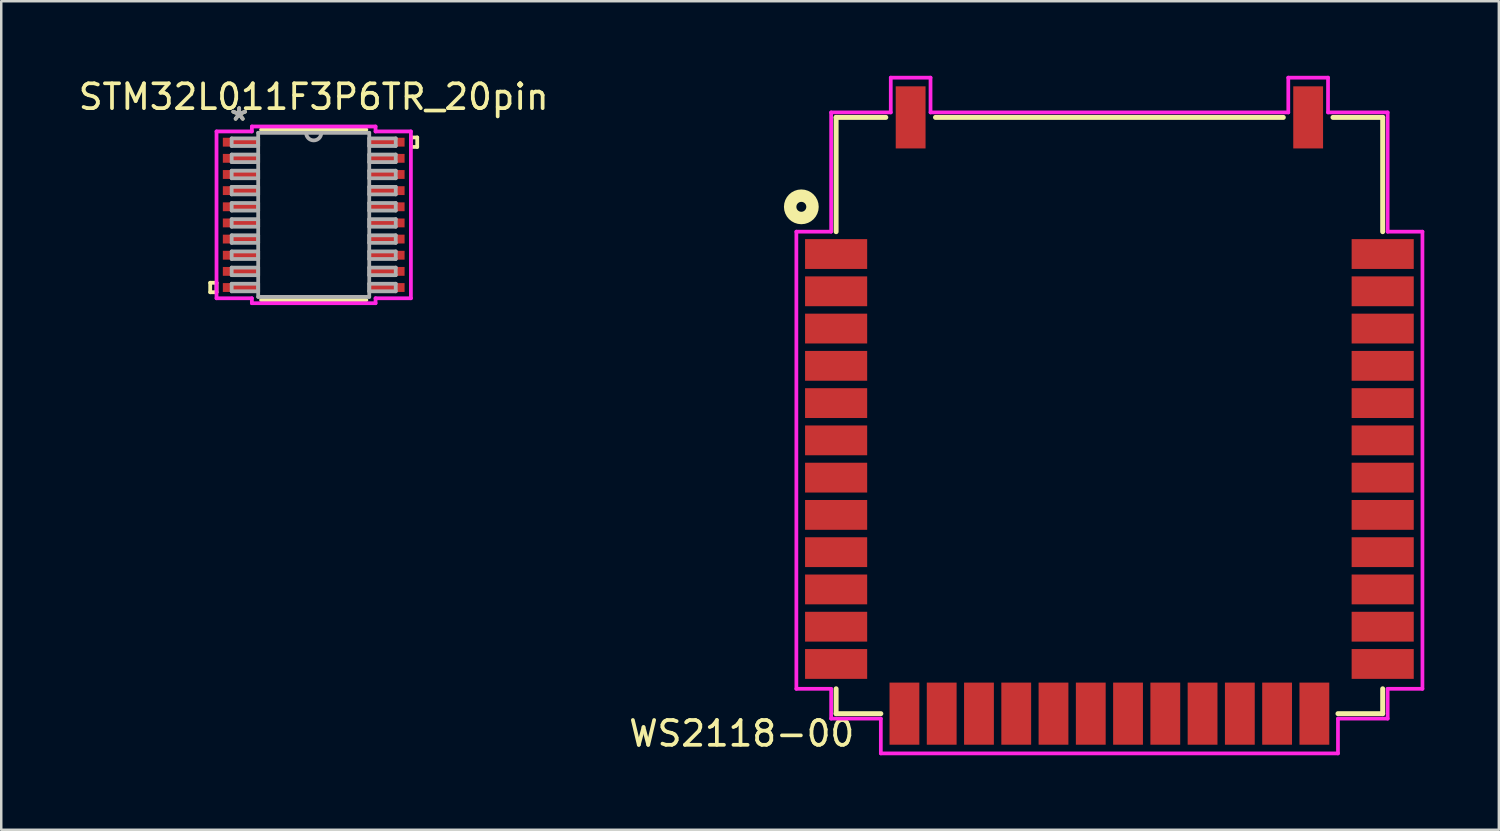
<source format=kicad_pcb>
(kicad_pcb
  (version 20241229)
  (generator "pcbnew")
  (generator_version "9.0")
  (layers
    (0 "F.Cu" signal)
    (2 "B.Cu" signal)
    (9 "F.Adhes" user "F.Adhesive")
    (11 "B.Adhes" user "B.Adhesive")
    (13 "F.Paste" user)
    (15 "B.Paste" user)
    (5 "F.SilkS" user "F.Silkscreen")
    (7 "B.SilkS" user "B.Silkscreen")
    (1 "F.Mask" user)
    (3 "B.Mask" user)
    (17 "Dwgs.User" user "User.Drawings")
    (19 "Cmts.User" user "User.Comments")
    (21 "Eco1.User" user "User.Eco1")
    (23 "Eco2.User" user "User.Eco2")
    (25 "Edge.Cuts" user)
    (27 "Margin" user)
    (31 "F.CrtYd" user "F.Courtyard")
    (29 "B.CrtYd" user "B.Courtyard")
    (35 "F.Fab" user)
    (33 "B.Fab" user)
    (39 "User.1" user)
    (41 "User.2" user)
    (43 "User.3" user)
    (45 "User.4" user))
  (footprint "STM32L011F3P6TR_20pin"
    (layer "F.Cu")
    (at 9.577 5.598)
    (property "Reference" "STM32L011F3P6TR_20pin" (at 0 -4.75 0) (layer "F.SilkS") (effects (font (size 1 1) (thickness 0.15))))
    (attr through_hole)
    (fp_line (start -4.166 2.734) (end -4.166 3.115) (stroke (width 0.152) (type solid)) (layer "F.SilkS"))
    (fp_line (start -4.166 3.115) (end -3.912 3.115) (stroke (width 0.152) (type solid)) (layer "F.SilkS"))
    (fp_line (start -3.912 2.734) (end -4.166 2.734) (stroke (width 0.152) (type solid)) (layer "F.SilkS"))
    (fp_line (start -3.912 3.115) (end -3.912 2.734) (stroke (width 0.152) (type solid)) (layer "F.SilkS"))
    (fp_line (start -2.119 3.429) (end 2.119 3.429) (stroke (width 0.152) (type solid)) (layer "F.SilkS"))
    (fp_line (start 2.119 -3.429) (end -2.119 -3.429) (stroke (width 0.152) (type solid)) (layer "F.SilkS"))
    (fp_line (start 3.912 -3.115) (end 4.166 -3.115) (stroke (width 0.152) (type solid)) (layer "F.SilkS"))
    (fp_line (start 3.912 -2.734) (end 3.912 -3.115) (stroke (width 0.152) (type solid)) (layer "F.SilkS"))
    (fp_line (start 4.166 -3.115) (end 4.166 -2.734) (stroke (width 0.152) (type solid)) (layer "F.SilkS"))
    (fp_line (start 4.166 -2.734) (end 3.912 -2.734) (stroke (width 0.152) (type solid)) (layer "F.SilkS"))
    (fp_line (start -3.912 -3.357) (end -2.489 -3.357) (stroke (width 0.152) (type solid)) (layer "F.CrtYd"))
    (fp_line (start -3.912 3.357) (end -3.912 -3.357) (stroke (width 0.152) (type solid)) (layer "F.CrtYd"))
    (fp_line (start -2.489 -3.556) (end 2.489 -3.556) (stroke (width 0.152) (type solid)) (layer "F.CrtYd"))
    (fp_line (start -2.489 -3.357) (end -2.489 -3.556) (stroke (width 0.152) (type solid)) (layer "F.CrtYd"))
    (fp_line (start -2.489 3.357) (end -3.912 3.357) (stroke (width 0.152) (type solid)) (layer "F.CrtYd"))
    (fp_line (start -2.489 3.556) (end -2.489 3.357) (stroke (width 0.152) (type solid)) (layer "F.CrtYd"))
    (fp_line (start 2.489 -3.556) (end 2.489 -3.357) (stroke (width 0.152) (type solid)) (layer "F.CrtYd"))
    (fp_line (start 2.489 -3.357) (end 3.912 -3.357) (stroke (width 0.152) (type solid)) (layer "F.CrtYd"))
    (fp_line (start 2.489 3.357) (end 2.489 3.556) (stroke (width 0.152) (type solid)) (layer "F.CrtYd"))
    (fp_line (start 2.489 3.556) (end -2.489 3.556) (stroke (width 0.152) (type solid)) (layer "F.CrtYd"))
    (fp_line (start 3.912 -3.357) (end 3.912 3.357) (stroke (width 0.152) (type solid)) (layer "F.CrtYd"))
    (fp_line (start 3.912 3.357) (end 2.489 3.357) (stroke (width 0.152) (type solid)) (layer "F.CrtYd"))
    (fp_line (start -3.302 -3.077) (end -3.302 -2.773) (stroke (width 0.152) (type solid)) (layer "F.Fab"))
    (fp_line (start -3.302 -2.773) (end -2.235 -2.773) (stroke (width 0.152) (type solid)) (layer "F.Fab"))
    (fp_line (start -3.302 -2.427) (end -3.302 -2.123) (stroke (width 0.152) (type solid)) (layer "F.Fab"))
    (fp_line (start -3.302 -2.123) (end -2.235 -2.123) (stroke (width 0.152) (type solid)) (layer "F.Fab"))
    (fp_line (start -3.302 -1.777) (end -3.302 -1.473) (stroke (width 0.152) (type solid)) (layer "F.Fab"))
    (fp_line (start -3.302 -1.473) (end -2.235 -1.473) (stroke (width 0.152) (type solid)) (layer "F.Fab"))
    (fp_line (start -3.302 -1.127) (end -3.302 -0.823) (stroke (width 0.152) (type solid)) (layer "F.Fab"))
    (fp_line (start -3.302 -0.823) (end -2.235 -0.823) (stroke (width 0.152) (type solid)) (layer "F.Fab"))
    (fp_line (start -3.302 -0.477) (end -3.302 -0.173) (stroke (width 0.152) (type solid)) (layer "F.Fab"))
    (fp_line (start -3.302 -0.173) (end -2.235 -0.173) (stroke (width 0.152) (type solid)) (layer "F.Fab"))
    (fp_line (start -3.302 0.173) (end -3.302 0.477) (stroke (width 0.152) (type solid)) (layer "F.Fab"))
    (fp_line (start -3.302 0.477) (end -2.235 0.477) (stroke (width 0.152) (type solid)) (layer "F.Fab"))
    (fp_line (start -3.302 0.823) (end -3.302 1.127) (stroke (width 0.152) (type solid)) (layer "F.Fab"))
    (fp_line (start -3.302 1.127) (end -2.235 1.127) (stroke (width 0.152) (type solid)) (layer "F.Fab"))
    (fp_line (start -3.302 1.473) (end -3.302 1.777) (stroke (width 0.152) (type solid)) (layer "F.Fab"))
    (fp_line (start -3.302 1.777) (end -2.235 1.777) (stroke (width 0.152) (type solid)) (layer "F.Fab"))
    (fp_line (start -3.302 2.123) (end -3.302 2.427) (stroke (width 0.152) (type solid)) (layer "F.Fab"))
    (fp_line (start -3.302 2.427) (end -2.235 2.427) (stroke (width 0.152) (type solid)) (layer "F.Fab"))
    (fp_line (start -3.302 2.773) (end -3.302 3.077) (stroke (width 0.152) (type solid)) (layer "F.Fab"))
    (fp_line (start -3.302 3.077) (end -2.235 3.077) (stroke (width 0.152) (type solid)) (layer "F.Fab"))
    (fp_line (start -2.235 -3.302) (end -2.235 3.302) (stroke (width 0.152) (type solid)) (layer "F.Fab"))
    (fp_line (start -2.235 -3.077) (end -3.302 -3.077) (stroke (width 0.152) (type solid)) (layer "F.Fab"))
    (fp_line (start -2.235 -2.773) (end -2.235 -3.077) (stroke (width 0.152) (type solid)) (layer "F.Fab"))
    (fp_line (start -2.235 -2.427) (end -3.302 -2.427) (stroke (width 0.152) (type solid)) (layer "F.Fab"))
    (fp_line (start -2.235 -2.123) (end -2.235 -2.427) (stroke (width 0.152) (type solid)) (layer "F.Fab"))
    (fp_line (start -2.235 -1.777) (end -3.302 -1.777) (stroke (width 0.152) (type solid)) (layer "F.Fab"))
    (fp_line (start -2.235 -1.473) (end -2.235 -1.777) (stroke (width 0.152) (type solid)) (layer "F.Fab"))
    (fp_line (start -2.235 -1.127) (end -3.302 -1.127) (stroke (width 0.152) (type solid)) (layer "F.Fab"))
    (fp_line (start -2.235 -0.823) (end -2.235 -1.127) (stroke (width 0.152) (type solid)) (layer "F.Fab"))
    (fp_line (start -2.235 -0.477) (end -3.302 -0.477) (stroke (width 0.152) (type solid)) (layer "F.Fab"))
    (fp_line (start -2.235 -0.173) (end -2.235 -0.477) (stroke (width 0.152) (type solid)) (layer "F.Fab"))
    (fp_line (start -2.235 0.173) (end -3.302 0.173) (stroke (width 0.152) (type solid)) (layer "F.Fab"))
    (fp_line (start -2.235 0.477) (end -2.235 0.173) (stroke (width 0.152) (type solid)) (layer "F.Fab"))
    (fp_line (start -2.235 0.823) (end -3.302 0.823) (stroke (width 0.152) (type solid)) (layer "F.Fab"))
    (fp_line (start -2.235 1.127) (end -2.235 0.823) (stroke (width 0.152) (type solid)) (layer "F.Fab"))
    (fp_line (start -2.235 1.473) (end -3.302 1.473) (stroke (width 0.152) (type solid)) (layer "F.Fab"))
    (fp_line (start -2.235 1.777) (end -2.235 1.473) (stroke (width 0.152) (type solid)) (layer "F.Fab"))
    (fp_line (start -2.235 2.123) (end -3.302 2.123) (stroke (width 0.152) (type solid)) (layer "F.Fab"))
    (fp_line (start -2.235 2.427) (end -2.235 2.123) (stroke (width 0.152) (type solid)) (layer "F.Fab"))
    (fp_line (start -2.235 2.773) (end -3.302 2.773) (stroke (width 0.152) (type solid)) (layer "F.Fab"))
    (fp_line (start -2.235 3.077) (end -2.235 2.773) (stroke (width 0.152) (type solid)) (layer "F.Fab"))
    (fp_line (start -2.235 3.302) (end 2.235 3.302) (stroke (width 0.152) (type solid)) (layer "F.Fab"))
    (fp_line (start 2.235 -3.302) (end -2.235 -3.302) (stroke (width 0.152) (type solid)) (layer "F.Fab"))
    (fp_line (start 2.235 -3.077) (end 2.235 -2.773) (stroke (width 0.152) (type solid)) (layer "F.Fab"))
    (fp_line (start 2.235 -2.773) (end 3.302 -2.773) (stroke (width 0.152) (type solid)) (layer "F.Fab"))
    (fp_line (start 2.235 -2.427) (end 2.235 -2.123) (stroke (width 0.152) (type solid)) (layer "F.Fab"))
    (fp_line (start 2.235 -2.123) (end 3.302 -2.123) (stroke (width 0.152) (type solid)) (layer "F.Fab"))
    (fp_line (start 2.235 -1.777) (end 2.235 -1.473) (stroke (width 0.152) (type solid)) (layer "F.Fab"))
    (fp_line (start 2.235 -1.473) (end 3.302 -1.473) (stroke (width 0.152) (type solid)) (layer "F.Fab"))
    (fp_line (start 2.235 -1.127) (end 2.235 -0.823) (stroke (width 0.152) (type solid)) (layer "F.Fab"))
    (fp_line (start 2.235 -0.823) (end 3.302 -0.823) (stroke (width 0.152) (type solid)) (layer "F.Fab"))
    (fp_line (start 2.235 -0.477) (end 2.235 -0.173) (stroke (width 0.152) (type solid)) (layer "F.Fab"))
    (fp_line (start 2.235 -0.173) (end 3.302 -0.173) (stroke (width 0.152) (type solid)) (layer "F.Fab"))
    (fp_line (start 2.235 0.173) (end 2.235 0.477) (stroke (width 0.152) (type solid)) (layer "F.Fab"))
    (fp_line (start 2.235 0.477) (end 3.302 0.477) (stroke (width 0.152) (type solid)) (layer "F.Fab"))
    (fp_line (start 2.235 0.823) (end 2.235 1.127) (stroke (width 0.152) (type solid)) (layer "F.Fab"))
    (fp_line (start 2.235 1.127) (end 3.302 1.127) (stroke (width 0.152) (type solid)) (layer "F.Fab"))
    (fp_line (start 2.235 1.473) (end 2.235 1.777) (stroke (width 0.152) (type solid)) (layer "F.Fab"))
    (fp_line (start 2.235 1.777) (end 3.302 1.777) (stroke (width 0.152) (type solid)) (layer "F.Fab"))
    (fp_line (start 2.235 2.123) (end 2.235 2.427) (stroke (width 0.152) (type solid)) (layer "F.Fab"))
    (fp_line (start 2.235 2.427) (end 3.302 2.427) (stroke (width 0.152) (type solid)) (layer "F.Fab"))
    (fp_line (start 2.235 2.773) (end 2.235 3.077) (stroke (width 0.152) (type solid)) (layer "F.Fab"))
    (fp_line (start 2.235 3.077) (end 3.302 3.077) (stroke (width 0.152) (type solid)) (layer "F.Fab"))
    (fp_line (start 2.235 3.302) (end 2.235 -3.302) (stroke (width 0.152) (type solid)) (layer "F.Fab"))
    (fp_line (start 3.302 -3.077) (end 2.235 -3.077) (stroke (width 0.152) (type solid)) (layer "F.Fab"))
    (fp_line (start 3.302 -2.773) (end 3.302 -3.077) (stroke (width 0.152) (type solid)) (layer "F.Fab"))
    (fp_line (start 3.302 -2.427) (end 2.235 -2.427) (stroke (width 0.152) (type solid)) (layer "F.Fab"))
    (fp_line (start 3.302 -2.123) (end 3.302 -2.427) (stroke (width 0.152) (type solid)) (layer "F.Fab"))
    (fp_line (start 3.302 -1.777) (end 2.235 -1.777) (stroke (width 0.152) (type solid)) (layer "F.Fab"))
    (fp_line (start 3.302 -1.473) (end 3.302 -1.777) (stroke (width 0.152) (type solid)) (layer "F.Fab"))
    (fp_line (start 3.302 -1.127) (end 2.235 -1.127) (stroke (width 0.152) (type solid)) (layer "F.Fab"))
    (fp_line (start 3.302 -0.823) (end 3.302 -1.127) (stroke (width 0.152) (type solid)) (layer "F.Fab"))
    (fp_line (start 3.302 -0.477) (end 2.235 -0.477) (stroke (width 0.152) (type solid)) (layer "F.Fab"))
    (fp_line (start 3.302 -0.173) (end 3.302 -0.477) (stroke (width 0.152) (type solid)) (layer "F.Fab"))
    (fp_line (start 3.302 0.173) (end 2.235 0.173) (stroke (width 0.152) (type solid)) (layer "F.Fab"))
    (fp_line (start 3.302 0.477) (end 3.302 0.173) (stroke (width 0.152) (type solid)) (layer "F.Fab"))
    (fp_line (start 3.302 0.823) (end 2.235 0.823) (stroke (width 0.152) (type solid)) (layer "F.Fab"))
    (fp_line (start 3.302 1.127) (end 3.302 0.823) (stroke (width 0.152) (type solid)) (layer "F.Fab"))
    (fp_line (start 3.302 1.473) (end 2.235 1.473) (stroke (width 0.152) (type solid)) (layer "F.Fab"))
    (fp_line (start 3.302 1.777) (end 3.302 1.473) (stroke (width 0.152) (type solid)) (layer "F.Fab"))
    (fp_line (start 3.302 2.123) (end 2.235 2.123) (stroke (width 0.152) (type solid)) (layer "F.Fab"))
    (fp_line (start 3.302 2.427) (end 3.302 2.123) (stroke (width 0.152) (type solid)) (layer "F.Fab"))
    (fp_line (start 3.302 2.773) (end 2.235 2.773) (stroke (width 0.152) (type solid)) (layer "F.Fab"))
    (fp_line (start 3.302 3.077) (end 3.302 2.773) (stroke (width 0.152) (type solid)) (layer "F.Fab"))
    (fp_arc (start 0.3048 -3.302) (mid 0 -2.9972) (end -0.3048 -3.302) (stroke (width 0.1524) (type solid)) (layer "F.Fab"))
    (fp_text user "*" (at -3 -3.75 0) (layer "F.SilkS") (effects (font (size 1 1) (thickness 0.15))))
    (fp_text user "Copyright 2016 Accelerated Designs. All rights reserved." (at 0 0 0) (layer "Cmts.User") (effects (font (size 0.127 0.127) (thickness 0.002))))
    (fp_text user "*" (at -3 -3.75 0) (layer "F.Fab") (effects (font (size 1 1) (thickness 0.15))))
    (pad "1" smd rect (at -2.921 -2.925) (size 1.473 0.356) (layers "F.Cu" "F.Mask" "F.Paste"))
    (pad "2" smd rect (at -2.921 -2.275) (size 1.473 0.356) (layers "F.Cu" "F.Mask" "F.Paste"))
    (pad "3" smd rect (at -2.921 -1.625) (size 1.473 0.356) (layers "F.Cu" "F.Mask" "F.Paste"))
    (pad "4" smd rect (at -2.921 -0.975) (size 1.473 0.356) (layers "F.Cu" "F.Mask" "F.Paste"))
    (pad "5" smd rect (at -2.921 -0.325) (size 1.473 0.356) (layers "F.Cu" "F.Mask" "F.Paste"))
    (pad "6" smd rect (at -2.921 0.325) (size 1.473 0.356) (layers "F.Cu" "F.Mask" "F.Paste"))
    (pad "7" smd rect (at -2.921 0.975) (size 1.473 0.356) (layers "F.Cu" "F.Mask" "F.Paste"))
    (pad "8" smd rect (at -2.921 1.625) (size 1.473 0.356) (layers "F.Cu" "F.Mask" "F.Paste"))
    (pad "9" smd rect (at -2.921 2.275) (size 1.473 0.356) (layers "F.Cu" "F.Mask" "F.Paste"))
    (pad "10" smd rect (at -2.921 2.925) (size 1.473 0.356) (layers "F.Cu" "F.Mask" "F.Paste"))
    (pad "11" smd rect (at 2.921 2.925) (size 1.473 0.356) (layers "F.Cu" "F.Mask" "F.Paste"))
    (pad "12" smd rect (at 2.921 2.275) (size 1.473 0.356) (layers "F.Cu" "F.Mask" "F.Paste"))
    (pad "13" smd rect (at 2.921 1.625) (size 1.473 0.356) (layers "F.Cu" "F.Mask" "F.Paste"))
    (pad "14" smd rect (at 2.921 0.975) (size 1.473 0.356) (layers "F.Cu" "F.Mask" "F.Paste"))
    (pad "15" smd rect (at 2.921 0.325) (size 1.473 0.356) (layers "F.Cu" "F.Mask" "F.Paste"))
    (pad "16" smd rect (at 2.921 -0.325) (size 1.473 0.356) (layers "F.Cu" "F.Mask" "F.Paste"))
    (pad "17" smd rect (at 2.921 -0.975) (size 1.473 0.356) (layers "F.Cu" "F.Mask" "F.Paste"))
    (pad "18" smd rect (at 2.921 -1.625) (size 1.473 0.356) (layers "F.Cu" "F.Mask" "F.Paste"))
    (pad "19" smd rect (at 2.921 -2.275) (size 1.473 0.356) (layers "F.Cu" "F.Mask" "F.Paste"))
    (pad "20" smd rect (at 2.921 -2.925) (size 1.473 0.356) (layers "F.Cu" "F.Mask" "F.Paste")))
  (footprint "WS2118-00"
    (layer "F.Cu")
    (at 30.604 25.675)
    (property "Reference" "WS2118-00" (at -3.8 0.8 0) (layer "F.SilkS") (effects (font (size 1 1) (thickness 0.15))))
    (attr through_hole)
    (fp_line (start 0 -24) (end 0 -19.4) (stroke (width 0.2) (type solid)) (layer "F.SilkS"))
    (fp_line (start 0 -1) (end 0 0) (stroke (width 0.2) (type solid)) (layer "F.SilkS"))
    (fp_line (start 0 0) (end 1.8 0) (stroke (width 0.2) (type solid)) (layer "F.SilkS"))
    (fp_line (start 2 -24) (end 0 -24) (stroke (width 0.2) (type solid)) (layer "F.SilkS"))
    (fp_line (start 4 -24) (end 18 -24) (stroke (width 0.2) (type solid)) (layer "F.SilkS"))
    (fp_line (start 20 -24) (end 22 -24) (stroke (width 0.2) (type solid)) (layer "F.SilkS"))
    (fp_line (start 22 -24) (end 22 -19.4) (stroke (width 0.2) (type solid)) (layer "F.SilkS"))
    (fp_line (start 22 -1) (end 22 0) (stroke (width 0.2) (type solid)) (layer "F.SilkS"))
    (fp_line (start 22 0) (end 20.2 0) (stroke (width 0.2) (type solid)) (layer "F.SilkS"))
    (fp_circle (center -1.4 -20.4) (end -1.2 -20.4) (stroke (width 0.5) (type solid)) (fill no) (layer "F.SilkS"))
    (fp_line (start -1.6 -19.4) (end -1.6 -1) (stroke (width 0.15) (type solid)) (layer "F.CrtYd"))
    (fp_line (start -1.6 -1) (end -0.2 -1) (stroke (width 0.15) (type solid)) (layer "F.CrtYd"))
    (fp_line (start -0.2 -24.2) (end -0.2 -19.4) (stroke (width 0.15) (type solid)) (layer "F.CrtYd"))
    (fp_line (start -0.2 -19.4) (end -1.6 -19.4) (stroke (width 0.15) (type solid)) (layer "F.CrtYd"))
    (fp_line (start -0.2 -1) (end -0.2 0.2) (stroke (width 0.15) (type solid)) (layer "F.CrtYd"))
    (fp_line (start -0.2 0.2) (end 1.8 0.2) (stroke (width 0.15) (type solid)) (layer "F.CrtYd"))
    (fp_line (start 1.8 0.2) (end 1.8 1.6) (stroke (width 0.15) (type solid)) (layer "F.CrtYd"))
    (fp_line (start 1.8 1.6) (end 20.2 1.6) (stroke (width 0.15) (type solid)) (layer "F.CrtYd"))
    (fp_line (start 2.2 -25.6) (end 2.2 -24.2) (stroke (width 0.15) (type solid)) (layer "F.CrtYd"))
    (fp_line (start 2.2 -24.2) (end -0.2 -24.2) (stroke (width 0.15) (type solid)) (layer "F.CrtYd"))
    (fp_line (start 3.8 -25.6) (end 2.2 -25.6) (stroke (width 0.15) (type solid)) (layer "F.CrtYd"))
    (fp_line (start 3.8 -24.2) (end 3.8 -25.6) (stroke (width 0.15) (type solid)) (layer "F.CrtYd"))
    (fp_line (start 18.2 -25.6) (end 18.2 -24.2) (stroke (width 0.15) (type solid)) (layer "F.CrtYd"))
    (fp_line (start 18.2 -24.2) (end 3.8 -24.2) (stroke (width 0.15) (type solid)) (layer "F.CrtYd"))
    (fp_line (start 19.8 -25.6) (end 18.2 -25.6) (stroke (width 0.15) (type solid)) (layer "F.CrtYd"))
    (fp_line (start 19.8 -24.2) (end 19.8 -25.6) (stroke (width 0.15) (type solid)) (layer "F.CrtYd"))
    (fp_line (start 20.2 0.2) (end 22.2 0.2) (stroke (width 0.15) (type solid)) (layer "F.CrtYd"))
    (fp_line (start 20.2 1.6) (end 20.2 0.2) (stroke (width 0.15) (type solid)) (layer "F.CrtYd"))
    (fp_line (start 22.2 -24.2) (end 19.8 -24.2) (stroke (width 0.15) (type solid)) (layer "F.CrtYd"))
    (fp_line (start 22.2 -19.4) (end 22.2 -24.2) (stroke (width 0.15) (type solid)) (layer "F.CrtYd"))
    (fp_line (start 22.2 -1) (end 23.6 -1) (stroke (width 0.15) (type solid)) (layer "F.CrtYd"))
    (fp_line (start 22.2 0.2) (end 22.2 -1) (stroke (width 0.15) (type solid)) (layer "F.CrtYd"))
    (fp_line (start 23.6 -19.4) (end 22.2 -19.4) (stroke (width 0.15) (type solid)) (layer "F.CrtYd"))
    (fp_line (start 23.6 -1) (end 23.6 -19.4) (stroke (width 0.15) (type solid)) (layer "F.CrtYd"))
    (pad "1" smd rect (at 0 -18.5) (size 2.5 1.2) (layers "F.Cu" "F.Mask" "F.Paste"))
    (pad "2" smd rect (at 0 -17) (size 2.5 1.2) (layers "F.Cu" "F.Mask" "F.Paste"))
    (pad "3" smd rect (at 0 -15.5) (size 2.5 1.2) (layers "F.Cu" "F.Mask" "F.Paste"))
    (pad "4" smd rect (at 0 -14) (size 2.5 1.2) (layers "F.Cu" "F.Mask" "F.Paste"))
    (pad "5" smd rect (at 0 -12.5) (size 2.5 1.2) (layers "F.Cu" "F.Mask" "F.Paste"))
    (pad "6" smd rect (at 0 -11) (size 2.5 1.2) (layers "F.Cu" "F.Mask" "F.Paste"))
    (pad "7" smd rect (at 0 -9.5) (size 2.5 1.2) (layers "F.Cu" "F.Mask" "F.Paste"))
    (pad "8" smd rect (at 0 -8) (size 2.5 1.2) (layers "F.Cu" "F.Mask" "F.Paste"))
    (pad "9" smd rect (at 0 -6.5) (size 2.5 1.2) (layers "F.Cu" "F.Mask" "F.Paste"))
    (pad "10" smd rect (at 0 -5) (size 2.5 1.2) (layers "F.Cu" "F.Mask" "F.Paste"))
    (pad "11" smd rect (at 0 -3.5) (size 2.5 1.2) (layers "F.Cu" "F.Mask" "F.Paste"))
    (pad "12" smd rect (at 0 -2) (size 2.5 1.2) (layers "F.Cu" "F.Mask" "F.Paste"))
    (pad "13" smd rect (at 2.75 0 90) (size 2.5 1.2) (layers "F.Cu" "F.Mask" "F.Paste"))
    (pad "14" smd rect (at 4.25 0 90) (size 2.5 1.2) (layers "F.Cu" "F.Mask" "F.Paste"))
    (pad "15" smd rect (at 5.75 0 90) (size 2.5 1.2) (layers "F.Cu" "F.Mask" "F.Paste"))
    (pad "16" smd rect (at 7.25 0 90) (size 2.5 1.2) (layers "F.Cu" "F.Mask" "F.Paste"))
    (pad "17" smd rect (at 8.75 0 90) (size 2.5 1.2) (layers "F.Cu" "F.Mask" "F.Paste"))
    (pad "18" smd rect (at 10.25 0 90) (size 2.5 1.2) (layers "F.Cu" "F.Mask" "F.Paste"))
    (pad "19" smd rect (at 11.75 0 90) (size 2.5 1.2) (layers "F.Cu" "F.Mask" "F.Paste"))
    (pad "20" smd rect (at 13.25 0 90) (size 2.5 1.2) (layers "F.Cu" "F.Mask" "F.Paste"))
    (pad "21" smd rect (at 14.75 0 90) (size 2.5 1.2) (layers "F.Cu" "F.Mask" "F.Paste"))
    (pad "22" smd rect (at 16.25 0 90) (size 2.5 1.2) (layers "F.Cu" "F.Mask" "F.Paste"))
    (pad "23" smd rect (at 17.75 0 90) (size 2.5 1.2) (layers "F.Cu" "F.Mask" "F.Paste"))
    (pad "24" smd rect (at 19.25 0 90) (size 2.5 1.2) (layers "F.Cu" "F.Mask" "F.Paste"))
    (pad "25" smd rect (at 22 -2 180) (size 2.5 1.2) (layers "F.Cu" "F.Mask" "F.Paste"))
    (pad "26" smd rect (at 22 -3.5 180) (size 2.5 1.2) (layers "F.Cu" "F.Mask" "F.Paste"))
    (pad "27" smd rect (at 22 -5 180) (size 2.5 1.2) (layers "F.Cu" "F.Mask" "F.Paste"))
    (pad "28" smd rect (at 22 -6.5 180) (size 2.5 1.2) (layers "F.Cu" "F.Mask" "F.Paste"))
    (pad "29" smd rect (at 22 -8 180) (size 2.5 1.2) (layers "F.Cu" "F.Mask" "F.Paste"))
    (pad "30" smd rect (at 22 -9.5 180) (size 2.5 1.2) (layers "F.Cu" "F.Mask" "F.Paste"))
    (pad "31" smd rect (at 22 -11 180) (size 2.5 1.2) (layers "F.Cu" "F.Mask" "F.Paste"))
    (pad "32" smd rect (at 22 -12.5 180) (size 2.5 1.2) (layers "F.Cu" "F.Mask" "F.Paste"))
    (pad "33" smd rect (at 22 -14 180) (size 2.5 1.2) (layers "F.Cu" "F.Mask" "F.Paste"))
    (pad "34" smd rect (at 22 -15.5 180) (size 2.5 1.2) (layers "F.Cu" "F.Mask" "F.Paste"))
    (pad "35" smd rect (at 22 -17 180) (size 2.5 1.2) (layers "F.Cu" "F.Mask" "F.Paste"))
    (pad "36" smd rect (at 22 -18.5 180) (size 2.5 1.2) (layers "F.Cu" "F.Mask" "F.Paste"))
    (pad "ANT1" smd rect (at 3 -24 270) (size 2.5 1.2) (layers "F.Cu" "F.Mask" "F.Paste"))
    (pad "ANT2" smd rect (at 19 -24 270) (size 2.5 1.2) (layers "F.Cu" "F.Mask" "F.Paste")))
  (gr_rect
    (start -3 -3)
    (end 57.279 30.35)
    (stroke (width 0.1) (type default))
    (fill no)
    (layer "Edge.Cuts")))
</source>
